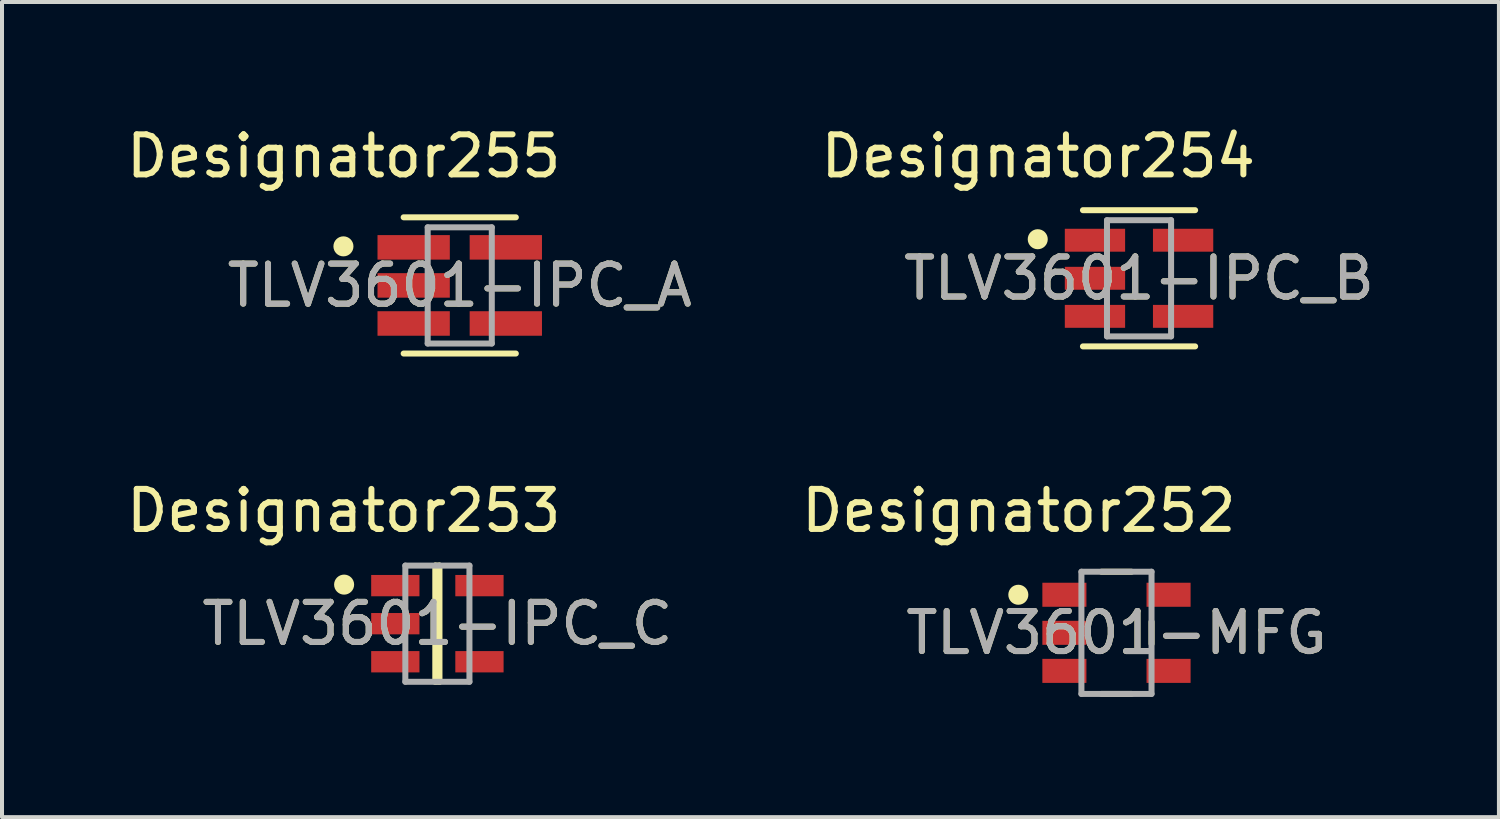
<source format=kicad_pcb>
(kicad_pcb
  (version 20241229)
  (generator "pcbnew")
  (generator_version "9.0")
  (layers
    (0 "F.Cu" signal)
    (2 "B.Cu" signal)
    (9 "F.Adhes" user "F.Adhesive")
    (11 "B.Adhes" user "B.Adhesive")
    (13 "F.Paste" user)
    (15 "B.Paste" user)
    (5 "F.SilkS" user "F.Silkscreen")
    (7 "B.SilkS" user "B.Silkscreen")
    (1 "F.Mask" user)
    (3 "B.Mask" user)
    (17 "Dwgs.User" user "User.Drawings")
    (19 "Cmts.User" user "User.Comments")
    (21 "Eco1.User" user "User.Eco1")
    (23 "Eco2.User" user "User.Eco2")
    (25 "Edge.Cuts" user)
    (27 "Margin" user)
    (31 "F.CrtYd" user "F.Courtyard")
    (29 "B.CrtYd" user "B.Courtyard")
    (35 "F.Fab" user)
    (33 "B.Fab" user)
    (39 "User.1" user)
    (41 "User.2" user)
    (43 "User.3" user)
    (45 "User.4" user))
  (footprint "TLV3601-IPC_B"
    (layer "F.Cu")
    (at 25.38 3.896)
    (property "Reference" "TLV3601-IPC_B" (at 0 0 0) (unlocked yes) (layer "F.SilkS") (effects (font (size 1 1) (thickness 0.15))))
    (attr smd)
    (fp_line (start -1.4 -1.7) (end 1.4 -1.7) (stroke (width 0.15) (type solid)) (layer "F.SilkS"))
    (fp_line (start -1.4 1.7) (end 1.4 1.7) (stroke (width 0.15) (type solid)) (layer "F.SilkS"))
    (fp_circle (center -2.528 -0.975) (end -2.403 -0.975) (stroke (width 0.25) (type solid)) (fill no) (layer "F.SilkS"))
    (fp_line (start -0.8 -1.45) (end 0.8 -1.45) (stroke (width 0.15) (type solid)) (layer "F.Fab"))
    (fp_line (start -0.8 1.45) (end -0.8 -1.45) (stroke (width 0.15) (type solid)) (layer "F.Fab"))
    (fp_line (start -0.8 1.45) (end 0.8 1.45) (stroke (width 0.15) (type solid)) (layer "F.Fab"))
    (fp_line (start 0.8 1.45) (end 0.8 -1.45) (stroke (width 0.15) (type solid)) (layer "F.Fab"))
    (fp_text user "Designator254" (at -2.515 -3.048 0) (unlocked yes) (layer "F.SilkS") (effects (font (size 1 1) (thickness 0.15))))
    (fp_text user "${REFERENCE}" (at 0 0 0) (unlocked yes) (layer "F.Fab") (effects (font (size 1 1) (thickness 0.15))))
    (pad "1" smd rect (at -1.1 -0.95) (size 1.505 0.572) (layers "F.Cu" "F.Mask" "F.Paste"))
    (pad "2" smd rect (at -1.1 0) (size 1.505 0.572) (layers "F.Cu" "F.Mask" "F.Paste"))
    (pad "3" smd rect (at -1.1 0.95) (size 1.505 0.572) (layers "F.Cu" "F.Mask" "F.Paste"))
    (pad "4" smd rect (at 1.1 0.95) (size 1.505 0.572) (layers "F.Cu" "F.Mask" "F.Paste"))
    (pad "5" smd rect (at 1.1 -0.95) (size 1.505 0.572) (layers "F.Cu" "F.Mask" "F.Paste")))
  (footprint "TLV3601-IPC_C"
    (layer "F.Cu")
    (at 7.867 12.517)
    (property "Reference" "TLV3601-IPC_C" (at 0 0 0) (unlocked yes) (layer "F.SilkS") (effects (font (size 1 1) (thickness 0.15))))
    (attr smd)
    (fp_line (start -0.052 -1.45) (end 0.052 -1.45) (stroke (width 0.15) (type solid)) (layer "F.SilkS"))
    (fp_line (start -0.052 1.45) (end -0.052 -1.45) (stroke (width 0.15) (type solid)) (layer "F.SilkS"))
    (fp_line (start -0.052 1.45) (end 0.052 1.45) (stroke (width 0.15) (type solid)) (layer "F.SilkS"))
    (fp_line (start 0.052 1.45) (end 0.052 -1.45) (stroke (width 0.15) (type solid)) (layer "F.SilkS"))
    (fp_circle (center -2.328 -0.975) (end -2.203 -0.975) (stroke (width 0.25) (type solid)) (fill no) (layer "F.SilkS"))
    (fp_line (start -0.8 -1.45) (end 0.8 -1.45) (stroke (width 0.15) (type solid)) (layer "F.Fab"))
    (fp_line (start -0.8 1.45) (end -0.8 -1.45) (stroke (width 0.15) (type solid)) (layer "F.Fab"))
    (fp_line (start -0.8 1.45) (end 0.8 1.45) (stroke (width 0.15) (type solid)) (layer "F.Fab"))
    (fp_line (start 0.8 1.45) (end 0.8 -1.45) (stroke (width 0.15) (type solid)) (layer "F.Fab"))
    (fp_text user "Designator253" (at -2.337 -2.819 0) (unlocked yes) (layer "F.SilkS") (effects (font (size 1 1) (thickness 0.15))))
    (fp_text user "${REFERENCE}" (at 0 0 0) (unlocked yes) (layer "F.Fab") (effects (font (size 1 1) (thickness 0.15))))
    (pad "1" smd rect (at -1.05 -0.95) (size 1.205 0.532) (layers "F.Cu" "F.Mask" "F.Paste"))
    (pad "2" smd rect (at -1.05 0) (size 1.205 0.532) (layers "F.Cu" "F.Mask" "F.Paste"))
    (pad "3" smd rect (at -1.05 0.95) (size 1.205 0.532) (layers "F.Cu" "F.Mask" "F.Paste"))
    (pad "4" smd rect (at 1.05 0.95) (size 1.205 0.532) (layers "F.Cu" "F.Mask" "F.Paste"))
    (pad "5" smd rect (at 1.05 -0.95) (size 1.205 0.532) (layers "F.Cu" "F.Mask" "F.Paste")))
  (footprint "TLV3601-IPC_A"
    (layer "F.Cu")
    (at 8.425 4.074)
    (property "Reference" "TLV3601-IPC_A" (at 0 0 0) (unlocked yes) (layer "F.SilkS") (effects (font (size 1 1) (thickness 0.15))))
    (attr smd)
    (fp_line (start -1.4 -1.7) (end 1.4 -1.7) (stroke (width 0.15) (type solid)) (layer "F.SilkS"))
    (fp_line (start -1.4 1.7) (end 1.4 1.7) (stroke (width 0.15) (type solid)) (layer "F.SilkS"))
    (fp_circle (center -2.903 -0.975) (end -2.778 -0.975) (stroke (width 0.25) (type solid)) (fill no) (layer "F.SilkS"))
    (fp_line (start -0.8 -1.45) (end 0.8 -1.45) (stroke (width 0.15) (type solid)) (layer "F.Fab"))
    (fp_line (start -0.8 1.45) (end -0.8 -1.45) (stroke (width 0.15) (type solid)) (layer "F.Fab"))
    (fp_line (start -0.8 1.45) (end 0.8 1.45) (stroke (width 0.15) (type solid)) (layer "F.Fab"))
    (fp_line (start 0.8 1.45) (end 0.8 -1.45) (stroke (width 0.15) (type solid)) (layer "F.Fab"))
    (fp_text user "Designator255" (at -2.896 -3.226 0) (unlocked yes) (layer "F.SilkS") (effects (font (size 1 1) (thickness 0.15))))
    (fp_text user "${REFERENCE}" (at 0 0 0) (unlocked yes) (layer "F.Fab") (effects (font (size 1 1) (thickness 0.15))))
    (pad "1" smd rect (at -1.15 -0.95) (size 1.805 0.612) (layers "F.Cu" "F.Mask" "F.Paste"))
    (pad "2" smd rect (at -1.15 0) (size 1.805 0.612) (layers "F.Cu" "F.Mask" "F.Paste"))
    (pad "3" smd rect (at -1.15 0.95) (size 1.805 0.612) (layers "F.Cu" "F.Mask" "F.Paste"))
    (pad "4" smd rect (at 1.15 0.95) (size 1.805 0.612) (layers "F.Cu" "F.Mask" "F.Paste"))
    (pad "5" smd rect (at 1.15 -0.95) (size 1.805 0.612) (layers "F.Cu" "F.Mask" "F.Paste")))
  (footprint "TLV3601-MFG"
    (layer "F.Cu")
    (at 24.817 12.745)
    (property "Reference" "TLV3601-MFG" (at 0 0 0) (unlocked yes) (layer "F.SilkS") (effects (font (size 1 1) (thickness 0.15))))
    (attr smd)
    (fp_line (start -0.375 -1.525) (end 0.375 -1.525) (stroke (width 0.15) (type solid)) (layer "F.SilkS"))
    (fp_line (start -0.375 1.525) (end 0.375 1.525) (stroke (width 0.15) (type solid)) (layer "F.SilkS"))
    (fp_line (start 0.875 0.275) (end 0.875 -0.275) (stroke (width 0.15) (type solid)) (layer "F.SilkS"))
    (fp_circle (center -2.45 -0.95) (end -2.325 -0.95) (stroke (width 0.25) (type solid)) (fill no) (layer "F.SilkS"))
    (fp_line (start -0.875 -1.525) (end 0.875 -1.525) (stroke (width 0.15) (type solid)) (layer "F.Fab"))
    (fp_line (start -0.875 1.525) (end -0.875 -1.525) (stroke (width 0.15) (type solid)) (layer "F.Fab"))
    (fp_line (start -0.875 1.525) (end 0.875 1.525) (stroke (width 0.15) (type solid)) (layer "F.Fab"))
    (fp_line (start 0.875 1.525) (end 0.875 -1.525) (stroke (width 0.15) (type solid)) (layer "F.Fab"))
    (fp_text user "Designator252" (at -2.438 -3.048 0) (unlocked yes) (layer "F.SilkS") (effects (font (size 1 1) (thickness 0.15))))
    (fp_text user "${REFERENCE}" (at 0 0 0) (unlocked yes) (layer "F.Fab") (effects (font (size 1 1) (thickness 0.15))))
    (pad "1" smd rect (at -1.3 -0.95) (size 1.1 0.6) (layers "F.Cu" "F.Mask" "F.Paste"))
    (pad "2" smd rect (at -1.3 0) (size 1.1 0.6) (layers "F.Cu" "F.Mask" "F.Paste"))
    (pad "3" smd rect (at -1.3 0.95) (size 1.1 0.6) (layers "F.Cu" "F.Mask" "F.Paste"))
    (pad "4" smd rect (at 1.3 0.95) (size 1.1 0.6) (layers "F.Cu" "F.Mask" "F.Paste"))
    (pad "5" smd rect (at 1.3 -0.95) (size 1.1 0.6) (layers "F.Cu" "F.Mask" "F.Paste")))
  (gr_rect
    (start -3 -3)
    (end 34.363 17.345)
    (stroke (width 0.1) (type default))
    (fill no)
    (layer "Edge.Cuts")))
</source>
